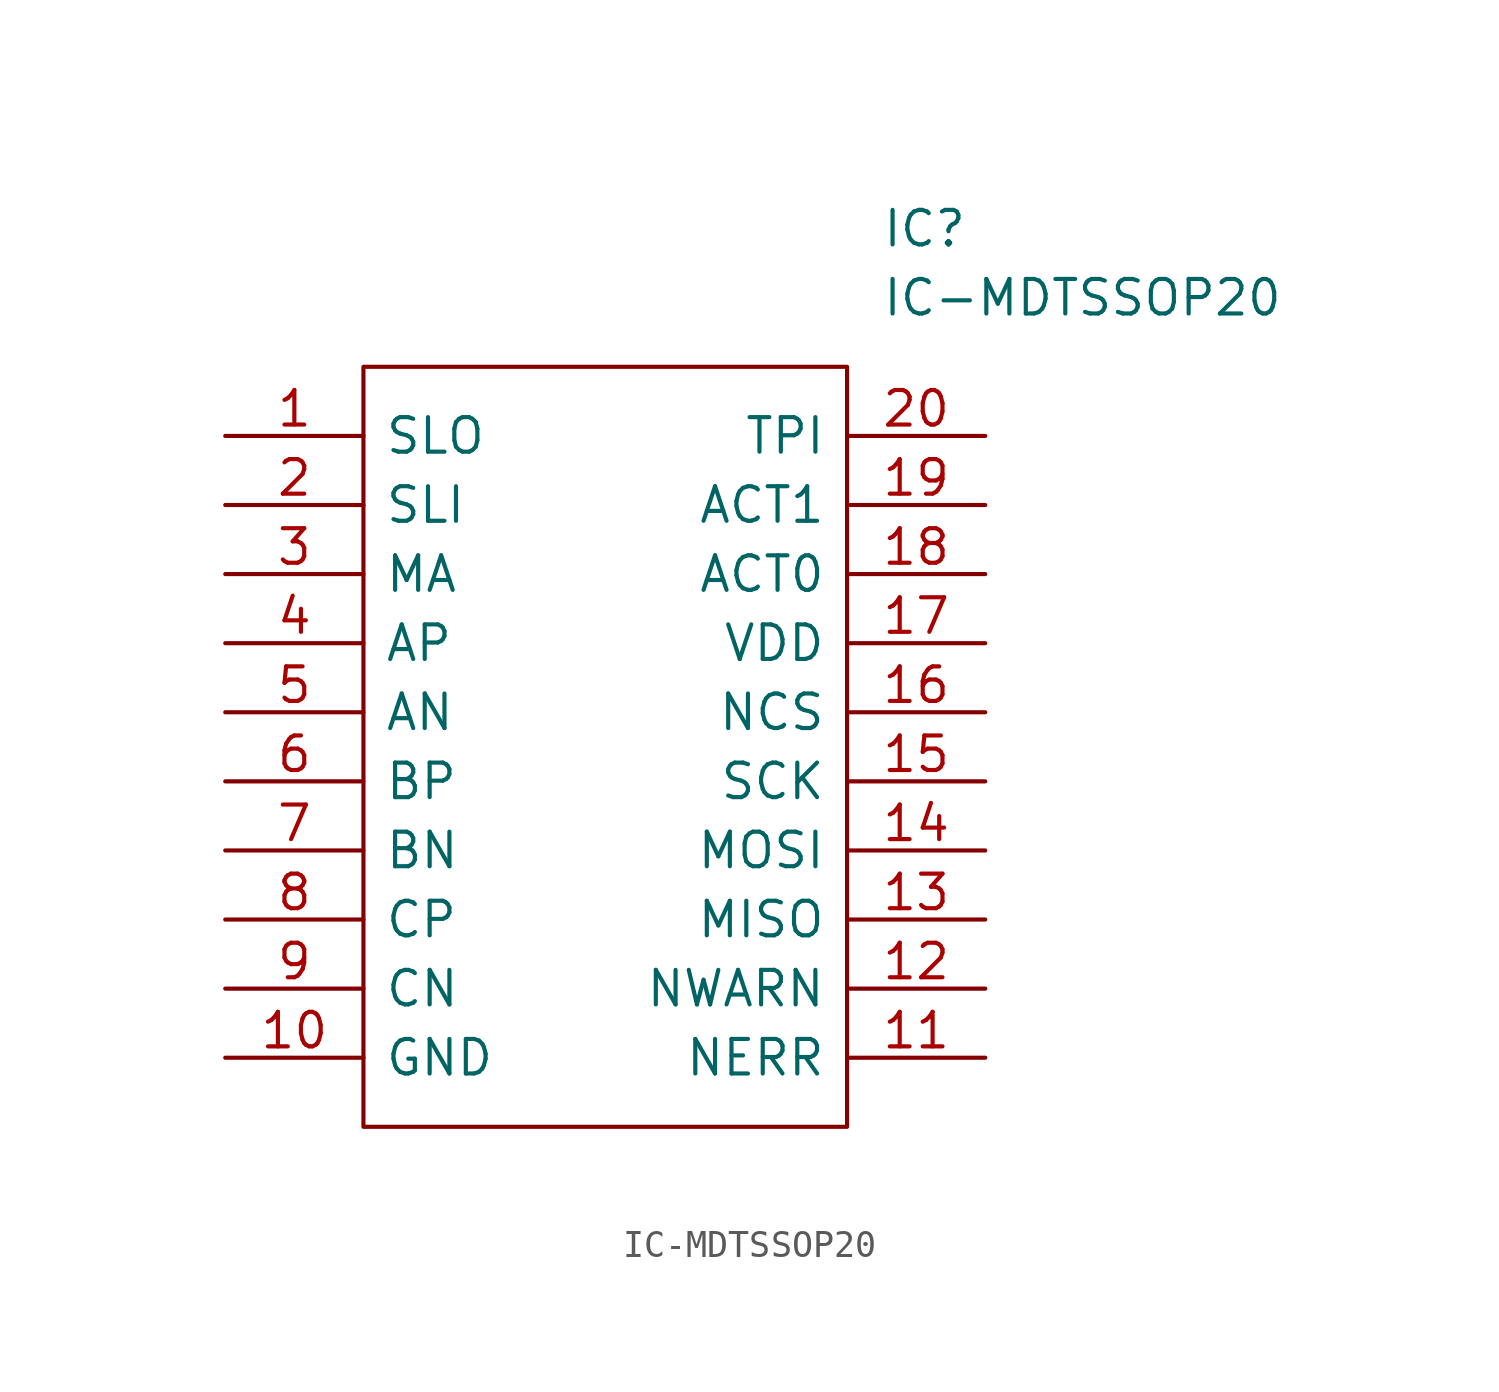
<source format=kicad_sym>
(kicad_symbol_lib
  (version 20211014)
  (generator kicad_symbol_editor)
  (symbol "IC-MDTSSOP20"
    (pin_names
      (offset 0.762))
    (property "Reference" "IC"
      (at 24.13 7.62 0)
      (effects (font (size 1.27 1.27)) (justify left)))
    (property "Value" "IC-MDTSSOP20"
      (at 24.13 5.08 0)
      (effects (font (size 1.27 1.27)) (justify left)))
    (symbol "IC-MDTSSOP20_0_0"
      (pin passive line (at 0 0 0) (length 5.08) (name "SLO" (effects (font (size 1.27 1.27)))) (number "1" (effects (font (size 1.27 1.27)))))
      (pin passive line (at 0 -22.86 0) (length 5.08) (name "GND" (effects (font (size 1.27 1.27)))) (number "10" (effects (font (size 1.27 1.27)))))
      (pin passive line (at 27.94 -22.86 180) (length 5.08) (name "NERR" (effects (font (size 1.27 1.27)))) (number "11" (effects (font (size 1.27 1.27)))))
      (pin passive line (at 27.94 -20.32 180) (length 5.08) (name "NWARN" (effects (font (size 1.27 1.27)))) (number "12" (effects (font (size 1.27 1.27)))))
      (pin passive line (at 27.94 -17.78 180) (length 5.08) (name "MISO" (effects (font (size 1.27 1.27)))) (number "13" (effects (font (size 1.27 1.27)))))
      (pin passive line (at 27.94 -15.24 180) (length 5.08) (name "MOSI" (effects (font (size 1.27 1.27)))) (number "14" (effects (font (size 1.27 1.27)))))
      (pin passive line (at 27.94 -12.7 180) (length 5.08) (name "SCK" (effects (font (size 1.27 1.27)))) (number "15" (effects (font (size 1.27 1.27)))))
      (pin passive line (at 27.94 -10.16 180) (length 5.08) (name "NCS" (effects (font (size 1.27 1.27)))) (number "16" (effects (font (size 1.27 1.27)))))
      (pin passive line (at 27.94 -7.62 180) (length 5.08) (name "VDD" (effects (font (size 1.27 1.27)))) (number "17" (effects (font (size 1.27 1.27)))))
      (pin passive line (at 27.94 -5.08 180) (length 5.08) (name "ACT0" (effects (font (size 1.27 1.27)))) (number "18" (effects (font (size 1.27 1.27)))))
      (pin passive line (at 27.94 -2.54 180) (length 5.08) (name "ACT1" (effects (font (size 1.27 1.27)))) (number "19" (effects (font (size 1.27 1.27)))))
      (pin passive line (at 0 -2.54 0) (length 5.08) (name "SLI" (effects (font (size 1.27 1.27)))) (number "2" (effects (font (size 1.27 1.27)))))
      (pin passive line (at 27.94 0 180) (length 5.08) (name "TPI" (effects (font (size 1.27 1.27)))) (number "20" (effects (font (size 1.27 1.27)))))
      (pin passive line (at 0 -5.08 0) (length 5.08) (name "MA" (effects (font (size 1.27 1.27)))) (number "3" (effects (font (size 1.27 1.27)))))
      (pin passive line (at 0 -7.62 0) (length 5.08) (name "AP" (effects (font (size 1.27 1.27)))) (number "4" (effects (font (size 1.27 1.27)))))
      (pin passive line (at 0 -10.16 0) (length 5.08) (name "AN" (effects (font (size 1.27 1.27)))) (number "5" (effects (font (size 1.27 1.27)))))
      (pin passive line (at 0 -12.7 0) (length 5.08) (name "BP" (effects (font (size 1.27 1.27)))) (number "6" (effects (font (size 1.27 1.27)))))
      (pin passive line (at 0 -15.24 0) (length 5.08) (name "BN" (effects (font (size 1.27 1.27)))) (number "7" (effects (font (size 1.27 1.27)))))
      (pin passive line (at 0 -17.78 0) (length 5.08) (name "CP" (effects (font (size 1.27 1.27)))) (number "8" (effects (font (size 1.27 1.27)))))
      (pin passive line (at 0 -20.32 0) (length 5.08) (name "CN" (effects (font (size 1.27 1.27)))) (number "9" (effects (font (size 1.27 1.27))))))
    (symbol "IC-MDTSSOP20_0_1"
      (polyline (pts (xy 5.08 2.54) (xy 22.86 2.54) (xy 22.86 -25.4) (xy 5.08 -25.4) (xy 5.08 2.54)) (stroke (width 0.152) (type default) (color 0 0 0 0)) (fill (type none))))))
</source>
